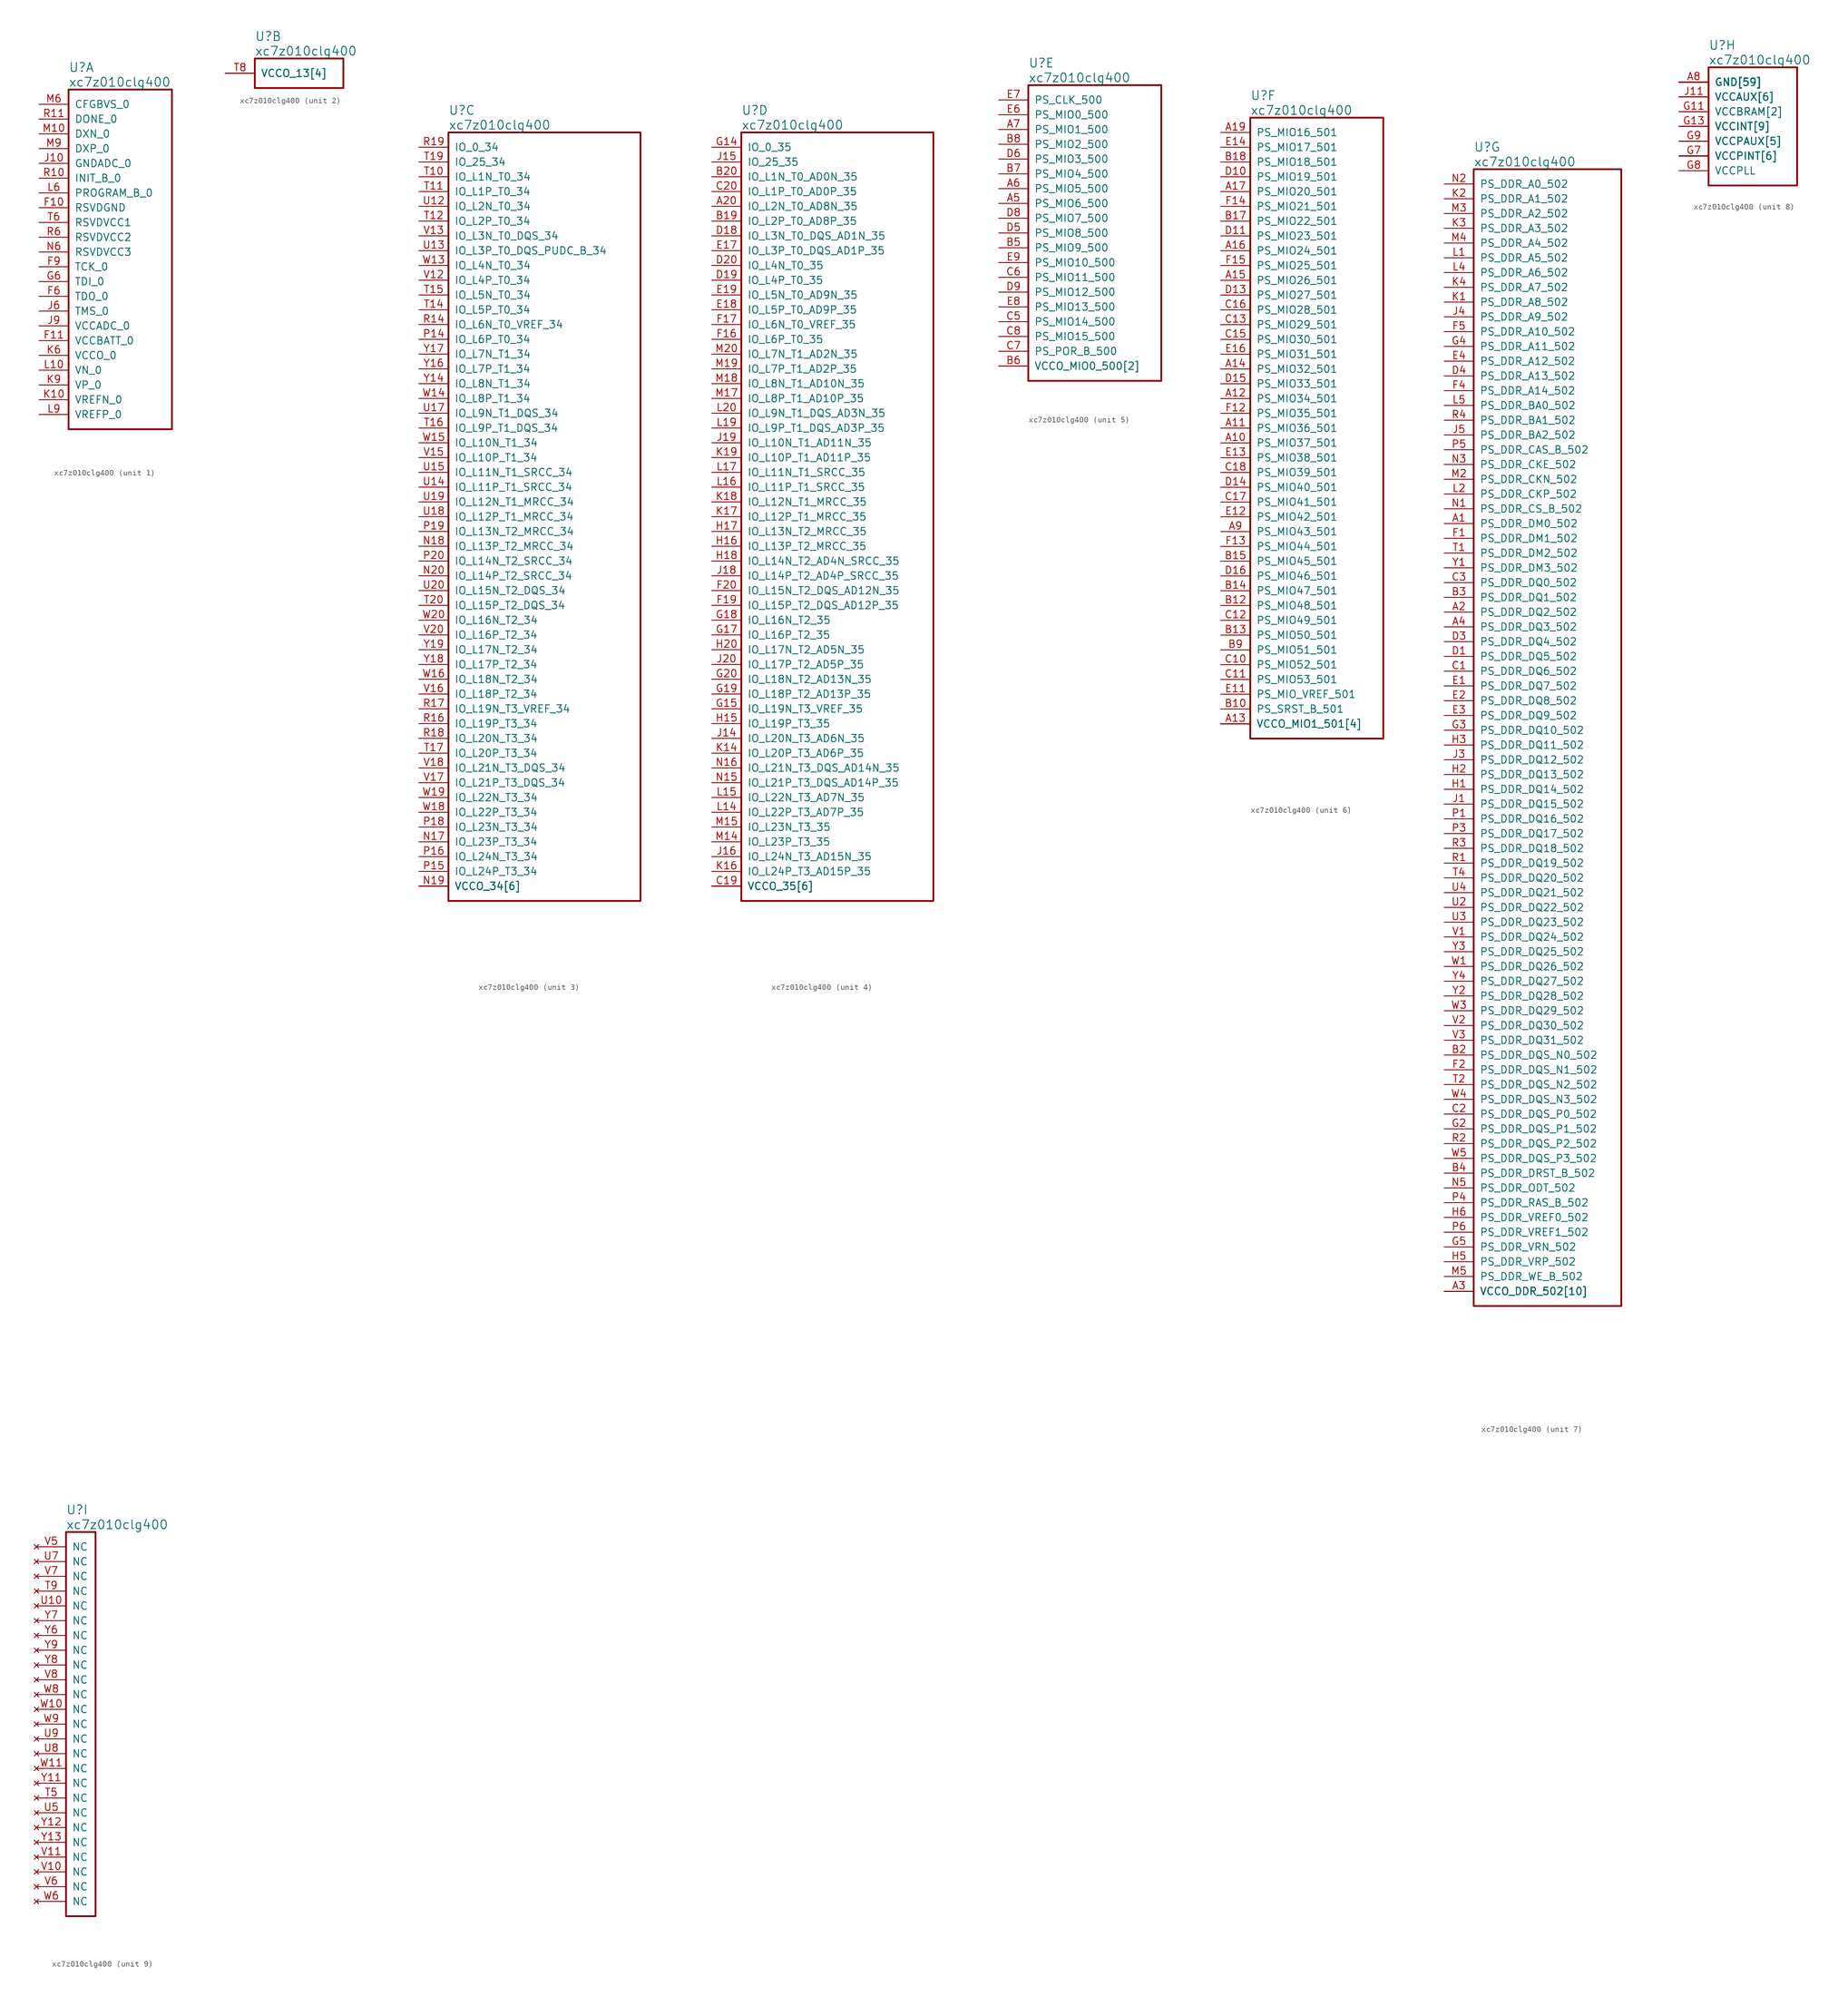
<source format=kicad_sym>
(kicad_symbol_lib
  (version 20220102)
  (generator kicad_symbol_editor)
  (symbol "xc7z010clg400"
    (pin_names
      (offset 1.016))
    (property "Reference" "U"
      (at 5.08 6.35 0)
      (effects (font (size 1.524 1.524)) (justify left)))
    (property "Value" "xc7z010clg400"
      (at 5.08 3.81 0)
      (effects (font (size 1.524 1.524)) (justify left)))
    (property "ki_locked" ""
      (at 0 0 0)
      (effects (font (size 1.27 1.27))))
    (symbol "xc7z010clg400_1_1"
      (rectangle (start 5.08 2.54) (end 22.86 -55.88) (stroke (width 0.305) (type default)) (fill (type none)))
      (pin power_in line (at 0 -17.78 0) (length 5.08) (name "RSVDGND" (effects (font (size 1.27 1.27)))) (number "F10" (effects (font (size 1.27 1.27)))))
      (pin power_in line (at 0 -40.64 0) (length 5.08) (name "VCCBATT_0" (effects (font (size 1.27 1.27)))) (number "F11" (effects (font (size 1.27 1.27)))))
      (pin output line (at 0 -33.02 0) (length 5.08) (name "TDO_0" (effects (font (size 1.27 1.27)))) (number "F6" (effects (font (size 1.27 1.27)))))
      (pin input line (at 0 -27.94 0) (length 5.08) (name "TCK_0" (effects (font (size 1.27 1.27)))) (number "F9" (effects (font (size 1.27 1.27)))))
      (pin input line (at 0 -30.48 0) (length 5.08) (name "TDI_0" (effects (font (size 1.27 1.27)))) (number "G6" (effects (font (size 1.27 1.27)))))
      (pin power_in line (at 0 -10.16 0) (length 5.08) (name "GNDADC_0" (effects (font (size 1.27 1.27)))) (number "J10" (effects (font (size 1.27 1.27)))))
      (pin input line (at 0 -35.56 0) (length 5.08) (name "TMS_0" (effects (font (size 1.27 1.27)))) (number "J6" (effects (font (size 1.27 1.27)))))
      (pin power_in line (at 0 -38.1 0) (length 5.08) (name "VCCADC_0" (effects (font (size 1.27 1.27)))) (number "J9" (effects (font (size 1.27 1.27)))))
      (pin input line (at 0 -50.8 0) (length 5.08) (name "VREFN_0" (effects (font (size 1.27 1.27)))) (number "K10" (effects (font (size 1.27 1.27)))))
      (pin power_in line (at 0 -43.18 0) (length 5.08) (name "VCCO_0" (effects (font (size 1.27 1.27)))) (number "K6" (effects (font (size 1.27 1.27)))))
      (pin input line (at 0 -48.26 0) (length 5.08) (name "VP_0" (effects (font (size 1.27 1.27)))) (number "K9" (effects (font (size 1.27 1.27)))))
      (pin input line (at 0 -45.72 0) (length 5.08) (name "VN_0" (effects (font (size 1.27 1.27)))) (number "L10" (effects (font (size 1.27 1.27)))))
      (pin input line (at 0 -15.24 0) (length 5.08) (name "PROGRAM_B_0" (effects (font (size 1.27 1.27)))) (number "L6" (effects (font (size 1.27 1.27)))))
      (pin input line (at 0 -53.34 0) (length 5.08) (name "VREFP_0" (effects (font (size 1.27 1.27)))) (number "L9" (effects (font (size 1.27 1.27)))))
      (pin passive line (at 0 -5.08 0) (length 5.08) (name "DXN_0" (effects (font (size 1.27 1.27)))) (number "M10" (effects (font (size 1.27 1.27)))))
      (pin input line (at 0 0 0) (length 5.08) (name "CFGBVS_0" (effects (font (size 1.27 1.27)))) (number "M6" (effects (font (size 1.27 1.27)))))
      (pin passive line (at 0 -7.62 0) (length 5.08) (name "DXP_0" (effects (font (size 1.27 1.27)))) (number "M9" (effects (font (size 1.27 1.27)))))
      (pin power_in line (at 0 -25.4 0) (length 5.08) (name "RSVDVCC3" (effects (font (size 1.27 1.27)))) (number "N6" (effects (font (size 1.27 1.27)))))
      (pin input line (at 0 -12.7 0) (length 5.08) (name "INIT_B_0" (effects (font (size 1.27 1.27)))) (number "R10" (effects (font (size 1.27 1.27)))))
      (pin output line (at 0 -2.54 0) (length 5.08) (name "DONE_0" (effects (font (size 1.27 1.27)))) (number "R11" (effects (font (size 1.27 1.27)))))
      (pin power_in line (at 0 -22.86 0) (length 5.08) (name "RSVDVCC2" (effects (font (size 1.27 1.27)))) (number "R6" (effects (font (size 1.27 1.27)))))
      (pin power_in line (at 0 -20.32 0) (length 5.08) (name "RSVDVCC1" (effects (font (size 1.27 1.27)))) (number "T6" (effects (font (size 1.27 1.27))))))
    (symbol "xc7z010clg400_2_1"
      (rectangle (start 5.08 2.54) (end 20.32 -2.54) (stroke (width 0.305) (type default)) (fill (type none)))
      (pin power_in line (at 0 0 0) (length 5.08) (name "VCCO_13[4]" (effects (font (size 1.27 1.27)))) (number "T8" (effects (font (size 1.27 1.27)))))
      (pin power_in line (at 0 0 0) (length 5.08) (name "VCCO_13[4]" (effects (font (size 1.27 1.27)))) (number "U11" (effects (font (size 0 0)))))
      (pin power_in line (at 0 0 0) (length 5.08) (name "VCCO_13[4]" (effects (font (size 1.27 1.27)))) (number "W7" (effects (font (size 0 0)))))
      (pin power_in line (at 0 0 0) (length 5.08) (name "VCCO_13[4]" (effects (font (size 1.27 1.27)))) (number "Y10" (effects (font (size 0 0))))))
    (symbol "xc7z010clg400_3_1"
      (rectangle (start 5.08 2.54) (end 38.1 -129.54) (stroke (width 0.305) (type default)) (fill (type none)))
      (pin bidirectional line (at 0 -119.38 0) (length 5.08) (name "IO_L23P_T3_34" (effects (font (size 1.27 1.27)))) (number "N17" (effects (font (size 1.27 1.27)))))
      (pin bidirectional line (at 0 -68.58 0) (length 5.08) (name "IO_L13P_T2_MRCC_34" (effects (font (size 1.27 1.27)))) (number "N18" (effects (font (size 1.27 1.27)))))
      (pin power_in line (at 0 -127 0) (length 5.08) (name "VCCO_34[6]" (effects (font (size 1.27 1.27)))) (number "N19" (effects (font (size 1.27 1.27)))))
      (pin bidirectional line (at 0 -73.66 0) (length 5.08) (name "IO_L14P_T2_SRCC_34" (effects (font (size 1.27 1.27)))) (number "N20" (effects (font (size 1.27 1.27)))))
      (pin bidirectional line (at 0 -33.02 0) (length 5.08) (name "IO_L6P_T0_34" (effects (font (size 1.27 1.27)))) (number "P14" (effects (font (size 1.27 1.27)))))
      (pin bidirectional line (at 0 -124.46 0) (length 5.08) (name "IO_L24P_T3_34" (effects (font (size 1.27 1.27)))) (number "P15" (effects (font (size 1.27 1.27)))))
      (pin bidirectional line (at 0 -121.92 0) (length 5.08) (name "IO_L24N_T3_34" (effects (font (size 1.27 1.27)))) (number "P16" (effects (font (size 1.27 1.27)))))
      (pin bidirectional line (at 0 -116.84 0) (length 5.08) (name "IO_L23N_T3_34" (effects (font (size 1.27 1.27)))) (number "P18" (effects (font (size 1.27 1.27)))))
      (pin bidirectional line (at 0 -66.04 0) (length 5.08) (name "IO_L13N_T2_MRCC_34" (effects (font (size 1.27 1.27)))) (number "P19" (effects (font (size 1.27 1.27)))))
      (pin bidirectional line (at 0 -71.12 0) (length 5.08) (name "IO_L14N_T2_SRCC_34" (effects (font (size 1.27 1.27)))) (number "P20" (effects (font (size 1.27 1.27)))))
      (pin bidirectional line (at 0 -30.48 0) (length 5.08) (name "IO_L6N_T0_VREF_34" (effects (font (size 1.27 1.27)))) (number "R14" (effects (font (size 1.27 1.27)))))
      (pin power_in line (at 0 -127 0) (length 5.08) (name "VCCO_34[6]" (effects (font (size 1.27 1.27)))) (number "R15" (effects (font (size 0 0)))))
      (pin bidirectional line (at 0 -99.06 0) (length 5.08) (name "IO_L19P_T3_34" (effects (font (size 1.27 1.27)))) (number "R16" (effects (font (size 1.27 1.27)))))
      (pin bidirectional line (at 0 -96.52 0) (length 5.08) (name "IO_L19N_T3_VREF_34" (effects (font (size 1.27 1.27)))) (number "R17" (effects (font (size 1.27 1.27)))))
      (pin bidirectional line (at 0 -101.6 0) (length 5.08) (name "IO_L20N_T3_34" (effects (font (size 1.27 1.27)))) (number "R18" (effects (font (size 1.27 1.27)))))
      (pin bidirectional line (at 0 0 0) (length 5.08) (name "IO_0_34" (effects (font (size 1.27 1.27)))) (number "R19" (effects (font (size 1.27 1.27)))))
      (pin bidirectional line (at 0 -5.08 0) (length 5.08) (name "IO_L1N_T0_34" (effects (font (size 1.27 1.27)))) (number "T10" (effects (font (size 1.27 1.27)))))
      (pin bidirectional line (at 0 -7.62 0) (length 5.08) (name "IO_L1P_T0_34" (effects (font (size 1.27 1.27)))) (number "T11" (effects (font (size 1.27 1.27)))))
      (pin bidirectional line (at 0 -12.7 0) (length 5.08) (name "IO_L2P_T0_34" (effects (font (size 1.27 1.27)))) (number "T12" (effects (font (size 1.27 1.27)))))
      (pin bidirectional line (at 0 -27.94 0) (length 5.08) (name "IO_L5P_T0_34" (effects (font (size 1.27 1.27)))) (number "T14" (effects (font (size 1.27 1.27)))))
      (pin bidirectional line (at 0 -25.4 0) (length 5.08) (name "IO_L5N_T0_34" (effects (font (size 1.27 1.27)))) (number "T15" (effects (font (size 1.27 1.27)))))
      (pin bidirectional line (at 0 -48.26 0) (length 5.08) (name "IO_L9P_T1_DQS_34" (effects (font (size 1.27 1.27)))) (number "T16" (effects (font (size 1.27 1.27)))))
      (pin bidirectional line (at 0 -104.14 0) (length 5.08) (name "IO_L20P_T3_34" (effects (font (size 1.27 1.27)))) (number "T17" (effects (font (size 1.27 1.27)))))
      (pin power_in line (at 0 -127 0) (length 5.08) (name "VCCO_34[6]" (effects (font (size 1.27 1.27)))) (number "T18" (effects (font (size 0 0)))))
      (pin bidirectional line (at 0 -2.54 0) (length 5.08) (name "IO_25_34" (effects (font (size 1.27 1.27)))) (number "T19" (effects (font (size 1.27 1.27)))))
      (pin bidirectional line (at 0 -78.74 0) (length 5.08) (name "IO_L15P_T2_DQS_34" (effects (font (size 1.27 1.27)))) (number "T20" (effects (font (size 1.27 1.27)))))
      (pin bidirectional line (at 0 -10.16 0) (length 5.08) (name "IO_L2N_T0_34" (effects (font (size 1.27 1.27)))) (number "U12" (effects (font (size 1.27 1.27)))))
      (pin bidirectional line (at 0 -17.78 0) (length 5.08) (name "IO_L3P_T0_DQS_PUDC_B_34" (effects (font (size 1.27 1.27)))) (number "U13" (effects (font (size 1.27 1.27)))))
      (pin bidirectional line (at 0 -58.42 0) (length 5.08) (name "IO_L11P_T1_SRCC_34" (effects (font (size 1.27 1.27)))) (number "U14" (effects (font (size 1.27 1.27)))))
      (pin bidirectional line (at 0 -55.88 0) (length 5.08) (name "IO_L11N_T1_SRCC_34" (effects (font (size 1.27 1.27)))) (number "U15" (effects (font (size 1.27 1.27)))))
      (pin bidirectional line (at 0 -45.72 0) (length 5.08) (name "IO_L9N_T1_DQS_34" (effects (font (size 1.27 1.27)))) (number "U17" (effects (font (size 1.27 1.27)))))
      (pin bidirectional line (at 0 -63.5 0) (length 5.08) (name "IO_L12P_T1_MRCC_34" (effects (font (size 1.27 1.27)))) (number "U18" (effects (font (size 1.27 1.27)))))
      (pin bidirectional line (at 0 -60.96 0) (length 5.08) (name "IO_L12N_T1_MRCC_34" (effects (font (size 1.27 1.27)))) (number "U19" (effects (font (size 1.27 1.27)))))
      (pin bidirectional line (at 0 -76.2 0) (length 5.08) (name "IO_L15N_T2_DQS_34" (effects (font (size 1.27 1.27)))) (number "U20" (effects (font (size 1.27 1.27)))))
      (pin bidirectional line (at 0 -22.86 0) (length 5.08) (name "IO_L4P_T0_34" (effects (font (size 1.27 1.27)))) (number "V12" (effects (font (size 1.27 1.27)))))
      (pin bidirectional line (at 0 -15.24 0) (length 5.08) (name "IO_L3N_T0_DQS_34" (effects (font (size 1.27 1.27)))) (number "V13" (effects (font (size 1.27 1.27)))))
      (pin power_in line (at 0 -127 0) (length 5.08) (name "VCCO_34[6]" (effects (font (size 1.27 1.27)))) (number "V14" (effects (font (size 0 0)))))
      (pin bidirectional line (at 0 -53.34 0) (length 5.08) (name "IO_L10P_T1_34" (effects (font (size 1.27 1.27)))) (number "V15" (effects (font (size 1.27 1.27)))))
      (pin bidirectional line (at 0 -93.98 0) (length 5.08) (name "IO_L18P_T2_34" (effects (font (size 1.27 1.27)))) (number "V16" (effects (font (size 1.27 1.27)))))
      (pin bidirectional line (at 0 -109.22 0) (length 5.08) (name "IO_L21P_T3_DQS_34" (effects (font (size 1.27 1.27)))) (number "V17" (effects (font (size 1.27 1.27)))))
      (pin bidirectional line (at 0 -106.68 0) (length 5.08) (name "IO_L21N_T3_DQS_34" (effects (font (size 1.27 1.27)))) (number "V18" (effects (font (size 1.27 1.27)))))
      (pin bidirectional line (at 0 -83.82 0) (length 5.08) (name "IO_L16P_T2_34" (effects (font (size 1.27 1.27)))) (number "V20" (effects (font (size 1.27 1.27)))))
      (pin bidirectional line (at 0 -20.32 0) (length 5.08) (name "IO_L4N_T0_34" (effects (font (size 1.27 1.27)))) (number "W13" (effects (font (size 1.27 1.27)))))
      (pin bidirectional line (at 0 -43.18 0) (length 5.08) (name "IO_L8P_T1_34" (effects (font (size 1.27 1.27)))) (number "W14" (effects (font (size 1.27 1.27)))))
      (pin bidirectional line (at 0 -50.8 0) (length 5.08) (name "IO_L10N_T1_34" (effects (font (size 1.27 1.27)))) (number "W15" (effects (font (size 1.27 1.27)))))
      (pin bidirectional line (at 0 -91.44 0) (length 5.08) (name "IO_L18N_T2_34" (effects (font (size 1.27 1.27)))) (number "W16" (effects (font (size 1.27 1.27)))))
      (pin power_in line (at 0 -127 0) (length 5.08) (name "VCCO_34[6]" (effects (font (size 1.27 1.27)))) (number "W17" (effects (font (size 0 0)))))
      (pin bidirectional line (at 0 -114.3 0) (length 5.08) (name "IO_L22P_T3_34" (effects (font (size 1.27 1.27)))) (number "W18" (effects (font (size 1.27 1.27)))))
      (pin bidirectional line (at 0 -111.76 0) (length 5.08) (name "IO_L22N_T3_34" (effects (font (size 1.27 1.27)))) (number "W19" (effects (font (size 1.27 1.27)))))
      (pin bidirectional line (at 0 -81.28 0) (length 5.08) (name "IO_L16N_T2_34" (effects (font (size 1.27 1.27)))) (number "W20" (effects (font (size 1.27 1.27)))))
      (pin bidirectional line (at 0 -40.64 0) (length 5.08) (name "IO_L8N_T1_34" (effects (font (size 1.27 1.27)))) (number "Y14" (effects (font (size 1.27 1.27)))))
      (pin bidirectional line (at 0 -38.1 0) (length 5.08) (name "IO_L7P_T1_34" (effects (font (size 1.27 1.27)))) (number "Y16" (effects (font (size 1.27 1.27)))))
      (pin bidirectional line (at 0 -35.56 0) (length 5.08) (name "IO_L7N_T1_34" (effects (font (size 1.27 1.27)))) (number "Y17" (effects (font (size 1.27 1.27)))))
      (pin bidirectional line (at 0 -88.9 0) (length 5.08) (name "IO_L17P_T2_34" (effects (font (size 1.27 1.27)))) (number "Y18" (effects (font (size 1.27 1.27)))))
      (pin bidirectional line (at 0 -86.36 0) (length 5.08) (name "IO_L17N_T2_34" (effects (font (size 1.27 1.27)))) (number "Y19" (effects (font (size 1.27 1.27)))))
      (pin power_in line (at 0 -127 0) (length 5.08) (name "VCCO_34[6]" (effects (font (size 1.27 1.27)))) (number "Y20" (effects (font (size 0 0))))))
    (symbol "xc7z010clg400_4_1"
      (rectangle (start 5.08 2.54) (end 38.1 -129.54) (stroke (width 0.305) (type default)) (fill (type none)))
      (pin bidirectional line (at 0 -10.16 0) (length 5.08) (name "IO_L2N_T0_AD8N_35" (effects (font (size 1.27 1.27)))) (number "A20" (effects (font (size 1.27 1.27)))))
      (pin bidirectional line (at 0 -12.7 0) (length 5.08) (name "IO_L2P_T0_AD8P_35" (effects (font (size 1.27 1.27)))) (number "B19" (effects (font (size 1.27 1.27)))))
      (pin bidirectional line (at 0 -5.08 0) (length 5.08) (name "IO_L1N_T0_AD0N_35" (effects (font (size 1.27 1.27)))) (number "B20" (effects (font (size 1.27 1.27)))))
      (pin power_in line (at 0 -127 0) (length 5.08) (name "VCCO_35[6]" (effects (font (size 1.27 1.27)))) (number "C19" (effects (font (size 1.27 1.27)))))
      (pin bidirectional line (at 0 -7.62 0) (length 5.08) (name "IO_L1P_T0_AD0P_35" (effects (font (size 1.27 1.27)))) (number "C20" (effects (font (size 1.27 1.27)))))
      (pin bidirectional line (at 0 -15.24 0) (length 5.08) (name "IO_L3N_T0_DQS_AD1N_35" (effects (font (size 1.27 1.27)))) (number "D18" (effects (font (size 1.27 1.27)))))
      (pin bidirectional line (at 0 -22.86 0) (length 5.08) (name "IO_L4P_T0_35" (effects (font (size 1.27 1.27)))) (number "D19" (effects (font (size 1.27 1.27)))))
      (pin bidirectional line (at 0 -20.32 0) (length 5.08) (name "IO_L4N_T0_35" (effects (font (size 1.27 1.27)))) (number "D20" (effects (font (size 1.27 1.27)))))
      (pin bidirectional line (at 0 -17.78 0) (length 5.08) (name "IO_L3P_T0_DQS_AD1P_35" (effects (font (size 1.27 1.27)))) (number "E17" (effects (font (size 1.27 1.27)))))
      (pin bidirectional line (at 0 -27.94 0) (length 5.08) (name "IO_L5P_T0_AD9P_35" (effects (font (size 1.27 1.27)))) (number "E18" (effects (font (size 1.27 1.27)))))
      (pin bidirectional line (at 0 -25.4 0) (length 5.08) (name "IO_L5N_T0_AD9N_35" (effects (font (size 1.27 1.27)))) (number "E19" (effects (font (size 1.27 1.27)))))
      (pin bidirectional line (at 0 -33.02 0) (length 5.08) (name "IO_L6P_T0_35" (effects (font (size 1.27 1.27)))) (number "F16" (effects (font (size 1.27 1.27)))))
      (pin bidirectional line (at 0 -30.48 0) (length 5.08) (name "IO_L6N_T0_VREF_35" (effects (font (size 1.27 1.27)))) (number "F17" (effects (font (size 1.27 1.27)))))
      (pin power_in line (at 0 -127 0) (length 5.08) (name "VCCO_35[6]" (effects (font (size 1.27 1.27)))) (number "F18" (effects (font (size 0 0)))))
      (pin bidirectional line (at 0 -78.74 0) (length 5.08) (name "IO_L15P_T2_DQS_AD12P_35" (effects (font (size 1.27 1.27)))) (number "F19" (effects (font (size 1.27 1.27)))))
      (pin bidirectional line (at 0 -76.2 0) (length 5.08) (name "IO_L15N_T2_DQS_AD12N_35" (effects (font (size 1.27 1.27)))) (number "F20" (effects (font (size 1.27 1.27)))))
      (pin bidirectional line (at 0 0 0) (length 5.08) (name "IO_0_35" (effects (font (size 1.27 1.27)))) (number "G14" (effects (font (size 1.27 1.27)))))
      (pin bidirectional line (at 0 -96.52 0) (length 5.08) (name "IO_L19N_T3_VREF_35" (effects (font (size 1.27 1.27)))) (number "G15" (effects (font (size 1.27 1.27)))))
      (pin bidirectional line (at 0 -83.82 0) (length 5.08) (name "IO_L16P_T2_35" (effects (font (size 1.27 1.27)))) (number "G17" (effects (font (size 1.27 1.27)))))
      (pin bidirectional line (at 0 -81.28 0) (length 5.08) (name "IO_L16N_T2_35" (effects (font (size 1.27 1.27)))) (number "G18" (effects (font (size 1.27 1.27)))))
      (pin bidirectional line (at 0 -93.98 0) (length 5.08) (name "IO_L18P_T2_AD13P_35" (effects (font (size 1.27 1.27)))) (number "G19" (effects (font (size 1.27 1.27)))))
      (pin bidirectional line (at 0 -91.44 0) (length 5.08) (name "IO_L18N_T2_AD13N_35" (effects (font (size 1.27 1.27)))) (number "G20" (effects (font (size 1.27 1.27)))))
      (pin power_in line (at 0 -127 0) (length 5.08) (name "VCCO_35[6]" (effects (font (size 1.27 1.27)))) (number "H14" (effects (font (size 0 0)))))
      (pin bidirectional line (at 0 -99.06 0) (length 5.08) (name "IO_L19P_T3_35" (effects (font (size 1.27 1.27)))) (number "H15" (effects (font (size 1.27 1.27)))))
      (pin bidirectional line (at 0 -68.58 0) (length 5.08) (name "IO_L13P_T2_MRCC_35" (effects (font (size 1.27 1.27)))) (number "H16" (effects (font (size 1.27 1.27)))))
      (pin bidirectional line (at 0 -66.04 0) (length 5.08) (name "IO_L13N_T2_MRCC_35" (effects (font (size 1.27 1.27)))) (number "H17" (effects (font (size 1.27 1.27)))))
      (pin bidirectional line (at 0 -71.12 0) (length 5.08) (name "IO_L14N_T2_AD4N_SRCC_35" (effects (font (size 1.27 1.27)))) (number "H18" (effects (font (size 1.27 1.27)))))
      (pin bidirectional line (at 0 -86.36 0) (length 5.08) (name "IO_L17N_T2_AD5N_35" (effects (font (size 1.27 1.27)))) (number "H20" (effects (font (size 1.27 1.27)))))
      (pin bidirectional line (at 0 -101.6 0) (length 5.08) (name "IO_L20N_T3_AD6N_35" (effects (font (size 1.27 1.27)))) (number "J14" (effects (font (size 1.27 1.27)))))
      (pin bidirectional line (at 0 -2.54 0) (length 5.08) (name "IO_25_35" (effects (font (size 1.27 1.27)))) (number "J15" (effects (font (size 1.27 1.27)))))
      (pin bidirectional line (at 0 -121.92 0) (length 5.08) (name "IO_L24N_T3_AD15N_35" (effects (font (size 1.27 1.27)))) (number "J16" (effects (font (size 1.27 1.27)))))
      (pin power_in line (at 0 -127 0) (length 5.08) (name "VCCO_35[6]" (effects (font (size 1.27 1.27)))) (number "J17" (effects (font (size 0 0)))))
      (pin bidirectional line (at 0 -73.66 0) (length 5.08) (name "IO_L14P_T2_AD4P_SRCC_35" (effects (font (size 1.27 1.27)))) (number "J18" (effects (font (size 1.27 1.27)))))
      (pin bidirectional line (at 0 -50.8 0) (length 5.08) (name "IO_L10N_T1_AD11N_35" (effects (font (size 1.27 1.27)))) (number "J19" (effects (font (size 1.27 1.27)))))
      (pin bidirectional line (at 0 -88.9 0) (length 5.08) (name "IO_L17P_T2_AD5P_35" (effects (font (size 1.27 1.27)))) (number "J20" (effects (font (size 1.27 1.27)))))
      (pin bidirectional line (at 0 -104.14 0) (length 5.08) (name "IO_L20P_T3_AD6P_35" (effects (font (size 1.27 1.27)))) (number "K14" (effects (font (size 1.27 1.27)))))
      (pin bidirectional line (at 0 -124.46 0) (length 5.08) (name "IO_L24P_T3_AD15P_35" (effects (font (size 1.27 1.27)))) (number "K16" (effects (font (size 1.27 1.27)))))
      (pin bidirectional line (at 0 -63.5 0) (length 5.08) (name "IO_L12P_T1_MRCC_35" (effects (font (size 1.27 1.27)))) (number "K17" (effects (font (size 1.27 1.27)))))
      (pin bidirectional line (at 0 -60.96 0) (length 5.08) (name "IO_L12N_T1_MRCC_35" (effects (font (size 1.27 1.27)))) (number "K18" (effects (font (size 1.27 1.27)))))
      (pin bidirectional line (at 0 -53.34 0) (length 5.08) (name "IO_L10P_T1_AD11P_35" (effects (font (size 1.27 1.27)))) (number "K19" (effects (font (size 1.27 1.27)))))
      (pin power_in line (at 0 -127 0) (length 5.08) (name "VCCO_35[6]" (effects (font (size 1.27 1.27)))) (number "K20" (effects (font (size 0 0)))))
      (pin bidirectional line (at 0 -114.3 0) (length 5.08) (name "IO_L22P_T3_AD7P_35" (effects (font (size 1.27 1.27)))) (number "L14" (effects (font (size 1.27 1.27)))))
      (pin bidirectional line (at 0 -111.76 0) (length 5.08) (name "IO_L22N_T3_AD7N_35" (effects (font (size 1.27 1.27)))) (number "L15" (effects (font (size 1.27 1.27)))))
      (pin bidirectional line (at 0 -58.42 0) (length 5.08) (name "IO_L11P_T1_SRCC_35" (effects (font (size 1.27 1.27)))) (number "L16" (effects (font (size 1.27 1.27)))))
      (pin bidirectional line (at 0 -55.88 0) (length 5.08) (name "IO_L11N_T1_SRCC_35" (effects (font (size 1.27 1.27)))) (number "L17" (effects (font (size 1.27 1.27)))))
      (pin bidirectional line (at 0 -48.26 0) (length 5.08) (name "IO_L9P_T1_DQS_AD3P_35" (effects (font (size 1.27 1.27)))) (number "L19" (effects (font (size 1.27 1.27)))))
      (pin bidirectional line (at 0 -45.72 0) (length 5.08) (name "IO_L9N_T1_DQS_AD3N_35" (effects (font (size 1.27 1.27)))) (number "L20" (effects (font (size 1.27 1.27)))))
      (pin bidirectional line (at 0 -119.38 0) (length 5.08) (name "IO_L23P_T3_35" (effects (font (size 1.27 1.27)))) (number "M14" (effects (font (size 1.27 1.27)))))
      (pin bidirectional line (at 0 -116.84 0) (length 5.08) (name "IO_L23N_T3_35" (effects (font (size 1.27 1.27)))) (number "M15" (effects (font (size 1.27 1.27)))))
      (pin power_in line (at 0 -127 0) (length 5.08) (name "VCCO_35[6]" (effects (font (size 1.27 1.27)))) (number "M16" (effects (font (size 0 0)))))
      (pin bidirectional line (at 0 -43.18 0) (length 5.08) (name "IO_L8P_T1_AD10P_35" (effects (font (size 1.27 1.27)))) (number "M17" (effects (font (size 1.27 1.27)))))
      (pin bidirectional line (at 0 -40.64 0) (length 5.08) (name "IO_L8N_T1_AD10N_35" (effects (font (size 1.27 1.27)))) (number "M18" (effects (font (size 1.27 1.27)))))
      (pin bidirectional line (at 0 -38.1 0) (length 5.08) (name "IO_L7P_T1_AD2P_35" (effects (font (size 1.27 1.27)))) (number "M19" (effects (font (size 1.27 1.27)))))
      (pin bidirectional line (at 0 -35.56 0) (length 5.08) (name "IO_L7N_T1_AD2N_35" (effects (font (size 1.27 1.27)))) (number "M20" (effects (font (size 1.27 1.27)))))
      (pin bidirectional line (at 0 -109.22 0) (length 5.08) (name "IO_L21P_T3_DQS_AD14P_35" (effects (font (size 1.27 1.27)))) (number "N15" (effects (font (size 1.27 1.27)))))
      (pin bidirectional line (at 0 -106.68 0) (length 5.08) (name "IO_L21N_T3_DQS_AD14N_35" (effects (font (size 1.27 1.27)))) (number "N16" (effects (font (size 1.27 1.27))))))
    (symbol "xc7z010clg400_5_1"
      (rectangle (start 5.08 2.54) (end 27.94 -48.26) (stroke (width 0.305) (type default)) (fill (type none)))
      (pin bidirectional line (at 0 -17.78 0) (length 5.08) (name "PS_MIO6_500" (effects (font (size 1.27 1.27)))) (number "A5" (effects (font (size 1.27 1.27)))))
      (pin bidirectional line (at 0 -15.24 0) (length 5.08) (name "PS_MIO5_500" (effects (font (size 1.27 1.27)))) (number "A6" (effects (font (size 1.27 1.27)))))
      (pin bidirectional line (at 0 -5.08 0) (length 5.08) (name "PS_MIO1_500" (effects (font (size 1.27 1.27)))) (number "A7" (effects (font (size 1.27 1.27)))))
      (pin bidirectional line (at 0 -25.4 0) (length 5.08) (name "PS_MIO9_500" (effects (font (size 1.27 1.27)))) (number "B5" (effects (font (size 1.27 1.27)))))
      (pin power_in line (at 0 -45.72 0) (length 5.08) (name "VCCO_MIO0_500[2]" (effects (font (size 1.27 1.27)))) (number "B6" (effects (font (size 1.27 1.27)))))
      (pin bidirectional line (at 0 -12.7 0) (length 5.08) (name "PS_MIO4_500" (effects (font (size 1.27 1.27)))) (number "B7" (effects (font (size 1.27 1.27)))))
      (pin bidirectional line (at 0 -7.62 0) (length 5.08) (name "PS_MIO2_500" (effects (font (size 1.27 1.27)))) (number "B8" (effects (font (size 1.27 1.27)))))
      (pin bidirectional line (at 0 -38.1 0) (length 5.08) (name "PS_MIO14_500" (effects (font (size 1.27 1.27)))) (number "C5" (effects (font (size 1.27 1.27)))))
      (pin bidirectional line (at 0 -30.48 0) (length 5.08) (name "PS_MIO11_500" (effects (font (size 1.27 1.27)))) (number "C6" (effects (font (size 1.27 1.27)))))
      (pin input line (at 0 -43.18 0) (length 5.08) (name "PS_POR_B_500" (effects (font (size 1.27 1.27)))) (number "C7" (effects (font (size 1.27 1.27)))))
      (pin bidirectional line (at 0 -40.64 0) (length 5.08) (name "PS_MIO15_500" (effects (font (size 1.27 1.27)))) (number "C8" (effects (font (size 1.27 1.27)))))
      (pin bidirectional line (at 0 -22.86 0) (length 5.08) (name "PS_MIO8_500" (effects (font (size 1.27 1.27)))) (number "D5" (effects (font (size 1.27 1.27)))))
      (pin bidirectional line (at 0 -10.16 0) (length 5.08) (name "PS_MIO3_500" (effects (font (size 1.27 1.27)))) (number "D6" (effects (font (size 1.27 1.27)))))
      (pin power_in line (at 0 -45.72 0) (length 5.08) (name "VCCO_MIO0_500[2]" (effects (font (size 1.27 1.27)))) (number "D7" (effects (font (size 0 0)))))
      (pin bidirectional line (at 0 -20.32 0) (length 5.08) (name "PS_MIO7_500" (effects (font (size 1.27 1.27)))) (number "D8" (effects (font (size 1.27 1.27)))))
      (pin bidirectional line (at 0 -33.02 0) (length 5.08) (name "PS_MIO12_500" (effects (font (size 1.27 1.27)))) (number "D9" (effects (font (size 1.27 1.27)))))
      (pin bidirectional line (at 0 -2.54 0) (length 5.08) (name "PS_MIO0_500" (effects (font (size 1.27 1.27)))) (number "E6" (effects (font (size 1.27 1.27)))))
      (pin input line (at 0 0 0) (length 5.08) (name "PS_CLK_500" (effects (font (size 1.27 1.27)))) (number "E7" (effects (font (size 1.27 1.27)))))
      (pin bidirectional line (at 0 -35.56 0) (length 5.08) (name "PS_MIO13_500" (effects (font (size 1.27 1.27)))) (number "E8" (effects (font (size 1.27 1.27)))))
      (pin bidirectional line (at 0 -27.94 0) (length 5.08) (name "PS_MIO10_500" (effects (font (size 1.27 1.27)))) (number "E9" (effects (font (size 1.27 1.27))))))
    (symbol "xc7z010clg400_6_1"
      (rectangle (start 5.08 2.54) (end 27.94 -104.14) (stroke (width 0.305) (type default)) (fill (type none)))
      (pin bidirectional line (at 0 -53.34 0) (length 5.08) (name "PS_MIO37_501" (effects (font (size 1.27 1.27)))) (number "A10" (effects (font (size 1.27 1.27)))))
      (pin bidirectional line (at 0 -50.8 0) (length 5.08) (name "PS_MIO36_501" (effects (font (size 1.27 1.27)))) (number "A11" (effects (font (size 1.27 1.27)))))
      (pin bidirectional line (at 0 -45.72 0) (length 5.08) (name "PS_MIO34_501" (effects (font (size 1.27 1.27)))) (number "A12" (effects (font (size 1.27 1.27)))))
      (pin power_in line (at 0 -101.6 0) (length 5.08) (name "VCCO_MIO1_501[4]" (effects (font (size 1.27 1.27)))) (number "A13" (effects (font (size 1.27 1.27)))))
      (pin bidirectional line (at 0 -40.64 0) (length 5.08) (name "PS_MIO32_501" (effects (font (size 1.27 1.27)))) (number "A14" (effects (font (size 1.27 1.27)))))
      (pin bidirectional line (at 0 -25.4 0) (length 5.08) (name "PS_MIO26_501" (effects (font (size 1.27 1.27)))) (number "A15" (effects (font (size 1.27 1.27)))))
      (pin bidirectional line (at 0 -20.32 0) (length 5.08) (name "PS_MIO24_501" (effects (font (size 1.27 1.27)))) (number "A16" (effects (font (size 1.27 1.27)))))
      (pin bidirectional line (at 0 -10.16 0) (length 5.08) (name "PS_MIO20_501" (effects (font (size 1.27 1.27)))) (number "A17" (effects (font (size 1.27 1.27)))))
      (pin bidirectional line (at 0 0 0) (length 5.08) (name "PS_MIO16_501" (effects (font (size 1.27 1.27)))) (number "A19" (effects (font (size 1.27 1.27)))))
      (pin bidirectional line (at 0 -68.58 0) (length 5.08) (name "PS_MIO43_501" (effects (font (size 1.27 1.27)))) (number "A9" (effects (font (size 1.27 1.27)))))
      (pin input line (at 0 -99.06 0) (length 5.08) (name "PS_SRST_B_501" (effects (font (size 1.27 1.27)))) (number "B10" (effects (font (size 1.27 1.27)))))
      (pin bidirectional line (at 0 -81.28 0) (length 5.08) (name "PS_MIO48_501" (effects (font (size 1.27 1.27)))) (number "B12" (effects (font (size 1.27 1.27)))))
      (pin bidirectional line (at 0 -86.36 0) (length 5.08) (name "PS_MIO50_501" (effects (font (size 1.27 1.27)))) (number "B13" (effects (font (size 1.27 1.27)))))
      (pin bidirectional line (at 0 -78.74 0) (length 5.08) (name "PS_MIO47_501" (effects (font (size 1.27 1.27)))) (number "B14" (effects (font (size 1.27 1.27)))))
      (pin bidirectional line (at 0 -73.66 0) (length 5.08) (name "PS_MIO45_501" (effects (font (size 1.27 1.27)))) (number "B15" (effects (font (size 1.27 1.27)))))
      (pin power_in line (at 0 -101.6 0) (length 5.08) (name "VCCO_MIO1_501[4]" (effects (font (size 1.27 1.27)))) (number "B16" (effects (font (size 0 0)))))
      (pin bidirectional line (at 0 -15.24 0) (length 5.08) (name "PS_MIO22_501" (effects (font (size 1.27 1.27)))) (number "B17" (effects (font (size 1.27 1.27)))))
      (pin bidirectional line (at 0 -5.08 0) (length 5.08) (name "PS_MIO18_501" (effects (font (size 1.27 1.27)))) (number "B18" (effects (font (size 1.27 1.27)))))
      (pin bidirectional line (at 0 -88.9 0) (length 5.08) (name "PS_MIO51_501" (effects (font (size 1.27 1.27)))) (number "B9" (effects (font (size 1.27 1.27)))))
      (pin bidirectional line (at 0 -91.44 0) (length 5.08) (name "PS_MIO52_501" (effects (font (size 1.27 1.27)))) (number "C10" (effects (font (size 1.27 1.27)))))
      (pin bidirectional line (at 0 -93.98 0) (length 5.08) (name "PS_MIO53_501" (effects (font (size 1.27 1.27)))) (number "C11" (effects (font (size 1.27 1.27)))))
      (pin bidirectional line (at 0 -83.82 0) (length 5.08) (name "PS_MIO49_501" (effects (font (size 1.27 1.27)))) (number "C12" (effects (font (size 1.27 1.27)))))
      (pin bidirectional line (at 0 -33.02 0) (length 5.08) (name "PS_MIO29_501" (effects (font (size 1.27 1.27)))) (number "C13" (effects (font (size 1.27 1.27)))))
      (pin bidirectional line (at 0 -35.56 0) (length 5.08) (name "PS_MIO30_501" (effects (font (size 1.27 1.27)))) (number "C15" (effects (font (size 1.27 1.27)))))
      (pin bidirectional line (at 0 -30.48 0) (length 5.08) (name "PS_MIO28_501" (effects (font (size 1.27 1.27)))) (number "C16" (effects (font (size 1.27 1.27)))))
      (pin bidirectional line (at 0 -63.5 0) (length 5.08) (name "PS_MIO41_501" (effects (font (size 1.27 1.27)))) (number "C17" (effects (font (size 1.27 1.27)))))
      (pin bidirectional line (at 0 -58.42 0) (length 5.08) (name "PS_MIO39_501" (effects (font (size 1.27 1.27)))) (number "C18" (effects (font (size 1.27 1.27)))))
      (pin bidirectional line (at 0 -7.62 0) (length 5.08) (name "PS_MIO19_501" (effects (font (size 1.27 1.27)))) (number "D10" (effects (font (size 1.27 1.27)))))
      (pin bidirectional line (at 0 -17.78 0) (length 5.08) (name "PS_MIO23_501" (effects (font (size 1.27 1.27)))) (number "D11" (effects (font (size 1.27 1.27)))))
      (pin power_in line (at 0 -101.6 0) (length 5.08) (name "VCCO_MIO1_501[4]" (effects (font (size 1.27 1.27)))) (number "D12" (effects (font (size 0 0)))))
      (pin bidirectional line (at 0 -27.94 0) (length 5.08) (name "PS_MIO27_501" (effects (font (size 1.27 1.27)))) (number "D13" (effects (font (size 1.27 1.27)))))
      (pin bidirectional line (at 0 -60.96 0) (length 5.08) (name "PS_MIO40_501" (effects (font (size 1.27 1.27)))) (number "D14" (effects (font (size 1.27 1.27)))))
      (pin bidirectional line (at 0 -43.18 0) (length 5.08) (name "PS_MIO33_501" (effects (font (size 1.27 1.27)))) (number "D15" (effects (font (size 1.27 1.27)))))
      (pin bidirectional line (at 0 -76.2 0) (length 5.08) (name "PS_MIO46_501" (effects (font (size 1.27 1.27)))) (number "D16" (effects (font (size 1.27 1.27)))))
      (pin power_in line (at 0 -96.52 0) (length 5.08) (name "PS_MIO_VREF_501" (effects (font (size 1.27 1.27)))) (number "E11" (effects (font (size 1.27 1.27)))))
      (pin bidirectional line (at 0 -66.04 0) (length 5.08) (name "PS_MIO42_501" (effects (font (size 1.27 1.27)))) (number "E12" (effects (font (size 1.27 1.27)))))
      (pin bidirectional line (at 0 -55.88 0) (length 5.08) (name "PS_MIO38_501" (effects (font (size 1.27 1.27)))) (number "E13" (effects (font (size 1.27 1.27)))))
      (pin bidirectional line (at 0 -2.54 0) (length 5.08) (name "PS_MIO17_501" (effects (font (size 1.27 1.27)))) (number "E14" (effects (font (size 1.27 1.27)))))
      (pin power_in line (at 0 -101.6 0) (length 5.08) (name "VCCO_MIO1_501[4]" (effects (font (size 1.27 1.27)))) (number "E15" (effects (font (size 0 0)))))
      (pin bidirectional line (at 0 -38.1 0) (length 5.08) (name "PS_MIO31_501" (effects (font (size 1.27 1.27)))) (number "E16" (effects (font (size 1.27 1.27)))))
      (pin bidirectional line (at 0 -48.26 0) (length 5.08) (name "PS_MIO35_501" (effects (font (size 1.27 1.27)))) (number "F12" (effects (font (size 1.27 1.27)))))
      (pin bidirectional line (at 0 -71.12 0) (length 5.08) (name "PS_MIO44_501" (effects (font (size 1.27 1.27)))) (number "F13" (effects (font (size 1.27 1.27)))))
      (pin bidirectional line (at 0 -12.7 0) (length 5.08) (name "PS_MIO21_501" (effects (font (size 1.27 1.27)))) (number "F14" (effects (font (size 1.27 1.27)))))
      (pin bidirectional line (at 0 -22.86 0) (length 5.08) (name "PS_MIO25_501" (effects (font (size 1.27 1.27)))) (number "F15" (effects (font (size 1.27 1.27))))))
    (symbol "xc7z010clg400_7_1"
      (rectangle (start 5.08 2.54) (end 30.48 -193.04) (stroke (width 0.305) (type default)) (fill (type none)))
      (pin output line (at 0 -58.42 0) (length 5.08) (name "PS_DDR_DM0_502" (effects (font (size 1.27 1.27)))) (number "A1" (effects (font (size 1.27 1.27)))))
      (pin bidirectional line (at 0 -73.66 0) (length 5.08) (name "PS_DDR_DQ2_502" (effects (font (size 1.27 1.27)))) (number "A2" (effects (font (size 1.27 1.27)))))
      (pin power_in line (at 0 -190.5 0) (length 5.08) (name "VCCO_DDR_502[10]" (effects (font (size 1.27 1.27)))) (number "A3" (effects (font (size 1.27 1.27)))))
      (pin bidirectional line (at 0 -76.2 0) (length 5.08) (name "PS_DDR_DQ3_502" (effects (font (size 1.27 1.27)))) (number "A4" (effects (font (size 1.27 1.27)))))
      (pin bidirectional line (at 0 -149.86 0) (length 5.08) (name "PS_DDR_DQS_N0_502" (effects (font (size 1.27 1.27)))) (number "B2" (effects (font (size 1.27 1.27)))))
      (pin bidirectional line (at 0 -71.12 0) (length 5.08) (name "PS_DDR_DQ1_502" (effects (font (size 1.27 1.27)))) (number "B3" (effects (font (size 1.27 1.27)))))
      (pin output line (at 0 -170.18 0) (length 5.08) (name "PS_DDR_DRST_B_502" (effects (font (size 1.27 1.27)))) (number "B4" (effects (font (size 1.27 1.27)))))
      (pin bidirectional line (at 0 -83.82 0) (length 5.08) (name "PS_DDR_DQ6_502" (effects (font (size 1.27 1.27)))) (number "C1" (effects (font (size 1.27 1.27)))))
      (pin bidirectional line (at 0 -160.02 0) (length 5.08) (name "PS_DDR_DQS_P0_502" (effects (font (size 1.27 1.27)))) (number "C2" (effects (font (size 1.27 1.27)))))
      (pin bidirectional line (at 0 -68.58 0) (length 5.08) (name "PS_DDR_DQ0_502" (effects (font (size 1.27 1.27)))) (number "C3" (effects (font (size 1.27 1.27)))))
      (pin bidirectional line (at 0 -81.28 0) (length 5.08) (name "PS_DDR_DQ5_502" (effects (font (size 1.27 1.27)))) (number "D1" (effects (font (size 1.27 1.27)))))
      (pin power_in line (at 0 -190.5 0) (length 5.08) (name "VCCO_DDR_502[10]" (effects (font (size 1.27 1.27)))) (number "D2" (effects (font (size 0 0)))))
      (pin bidirectional line (at 0 -78.74 0) (length 5.08) (name "PS_DDR_DQ4_502" (effects (font (size 1.27 1.27)))) (number "D3" (effects (font (size 1.27 1.27)))))
      (pin output line (at 0 -33.02 0) (length 5.08) (name "PS_DDR_A13_502" (effects (font (size 1.27 1.27)))) (number "D4" (effects (font (size 1.27 1.27)))))
      (pin bidirectional line (at 0 -86.36 0) (length 5.08) (name "PS_DDR_DQ7_502" (effects (font (size 1.27 1.27)))) (number "E1" (effects (font (size 1.27 1.27)))))
      (pin bidirectional line (at 0 -88.9 0) (length 5.08) (name "PS_DDR_DQ8_502" (effects (font (size 1.27 1.27)))) (number "E2" (effects (font (size 1.27 1.27)))))
      (pin bidirectional line (at 0 -91.44 0) (length 5.08) (name "PS_DDR_DQ9_502" (effects (font (size 1.27 1.27)))) (number "E3" (effects (font (size 1.27 1.27)))))
      (pin output line (at 0 -30.48 0) (length 5.08) (name "PS_DDR_A12_502" (effects (font (size 1.27 1.27)))) (number "E4" (effects (font (size 1.27 1.27)))))
      (pin power_in line (at 0 -190.5 0) (length 5.08) (name "VCCO_DDR_502[10]" (effects (font (size 1.27 1.27)))) (number "E5" (effects (font (size 0 0)))))
      (pin output line (at 0 -60.96 0) (length 5.08) (name "PS_DDR_DM1_502" (effects (font (size 1.27 1.27)))) (number "F1" (effects (font (size 1.27 1.27)))))
      (pin bidirectional line (at 0 -152.4 0) (length 5.08) (name "PS_DDR_DQS_N1_502" (effects (font (size 1.27 1.27)))) (number "F2" (effects (font (size 1.27 1.27)))))
      (pin output line (at 0 -35.56 0) (length 5.08) (name "PS_DDR_A14_502" (effects (font (size 1.27 1.27)))) (number "F4" (effects (font (size 1.27 1.27)))))
      (pin output line (at 0 -25.4 0) (length 5.08) (name "PS_DDR_A10_502" (effects (font (size 1.27 1.27)))) (number "F5" (effects (font (size 1.27 1.27)))))
      (pin power_in line (at 0 -190.5 0) (length 5.08) (name "VCCO_DDR_502[10]" (effects (font (size 1.27 1.27)))) (number "G1" (effects (font (size 0 0)))))
      (pin bidirectional line (at 0 -162.56 0) (length 5.08) (name "PS_DDR_DQS_P1_502" (effects (font (size 1.27 1.27)))) (number "G2" (effects (font (size 1.27 1.27)))))
      (pin bidirectional line (at 0 -93.98 0) (length 5.08) (name "PS_DDR_DQ10_502" (effects (font (size 1.27 1.27)))) (number "G3" (effects (font (size 1.27 1.27)))))
      (pin output line (at 0 -27.94 0) (length 5.08) (name "PS_DDR_A11_502" (effects (font (size 1.27 1.27)))) (number "G4" (effects (font (size 1.27 1.27)))))
      (pin power_out line (at 0 -182.88 0) (length 5.08) (name "PS_DDR_VRN_502" (effects (font (size 1.27 1.27)))) (number "G5" (effects (font (size 1.27 1.27)))))
      (pin bidirectional line (at 0 -104.14 0) (length 5.08) (name "PS_DDR_DQ14_502" (effects (font (size 1.27 1.27)))) (number "H1" (effects (font (size 1.27 1.27)))))
      (pin bidirectional line (at 0 -101.6 0) (length 5.08) (name "PS_DDR_DQ13_502" (effects (font (size 1.27 1.27)))) (number "H2" (effects (font (size 1.27 1.27)))))
      (pin bidirectional line (at 0 -96.52 0) (length 5.08) (name "PS_DDR_DQ11_502" (effects (font (size 1.27 1.27)))) (number "H3" (effects (font (size 1.27 1.27)))))
      (pin power_in line (at 0 -190.5 0) (length 5.08) (name "VCCO_DDR_502[10]" (effects (font (size 1.27 1.27)))) (number "H4" (effects (font (size 0 0)))))
      (pin power_out line (at 0 -185.42 0) (length 5.08) (name "PS_DDR_VRP_502" (effects (font (size 1.27 1.27)))) (number "H5" (effects (font (size 1.27 1.27)))))
      (pin power_in line (at 0 -177.8 0) (length 5.08) (name "PS_DDR_VREF0_502" (effects (font (size 1.27 1.27)))) (number "H6" (effects (font (size 1.27 1.27)))))
      (pin bidirectional line (at 0 -106.68 0) (length 5.08) (name "PS_DDR_DQ15_502" (effects (font (size 1.27 1.27)))) (number "J1" (effects (font (size 1.27 1.27)))))
      (pin bidirectional line (at 0 -99.06 0) (length 5.08) (name "PS_DDR_DQ12_502" (effects (font (size 1.27 1.27)))) (number "J3" (effects (font (size 1.27 1.27)))))
      (pin output line (at 0 -22.86 0) (length 5.08) (name "PS_DDR_A9_502" (effects (font (size 1.27 1.27)))) (number "J4" (effects (font (size 1.27 1.27)))))
      (pin output line (at 0 -43.18 0) (length 5.08) (name "PS_DDR_BA2_502" (effects (font (size 1.27 1.27)))) (number "J5" (effects (font (size 1.27 1.27)))))
      (pin output line (at 0 -20.32 0) (length 5.08) (name "PS_DDR_A8_502" (effects (font (size 1.27 1.27)))) (number "K1" (effects (font (size 1.27 1.27)))))
      (pin output line (at 0 -2.54 0) (length 5.08) (name "PS_DDR_A1_502" (effects (font (size 1.27 1.27)))) (number "K2" (effects (font (size 1.27 1.27)))))
      (pin output line (at 0 -7.62 0) (length 5.08) (name "PS_DDR_A3_502" (effects (font (size 1.27 1.27)))) (number "K3" (effects (font (size 1.27 1.27)))))
      (pin output line (at 0 -17.78 0) (length 5.08) (name "PS_DDR_A7_502" (effects (font (size 1.27 1.27)))) (number "K4" (effects (font (size 1.27 1.27)))))
      (pin output line (at 0 -12.7 0) (length 5.08) (name "PS_DDR_A5_502" (effects (font (size 1.27 1.27)))) (number "L1" (effects (font (size 1.27 1.27)))))
      (pin output line (at 0 -53.34 0) (length 5.08) (name "PS_DDR_CKP_502" (effects (font (size 1.27 1.27)))) (number "L2" (effects (font (size 1.27 1.27)))))
      (pin power_in line (at 0 -190.5 0) (length 5.08) (name "VCCO_DDR_502[10]" (effects (font (size 1.27 1.27)))) (number "L3" (effects (font (size 0 0)))))
      (pin output line (at 0 -15.24 0) (length 5.08) (name "PS_DDR_A6_502" (effects (font (size 1.27 1.27)))) (number "L4" (effects (font (size 1.27 1.27)))))
      (pin output line (at 0 -38.1 0) (length 5.08) (name "PS_DDR_BA0_502" (effects (font (size 1.27 1.27)))) (number "L5" (effects (font (size 1.27 1.27)))))
      (pin output line (at 0 -50.8 0) (length 5.08) (name "PS_DDR_CKN_502" (effects (font (size 1.27 1.27)))) (number "M2" (effects (font (size 1.27 1.27)))))
      (pin output line (at 0 -5.08 0) (length 5.08) (name "PS_DDR_A2_502" (effects (font (size 1.27 1.27)))) (number "M3" (effects (font (size 1.27 1.27)))))
      (pin output line (at 0 -10.16 0) (length 5.08) (name "PS_DDR_A4_502" (effects (font (size 1.27 1.27)))) (number "M4" (effects (font (size 1.27 1.27)))))
      (pin output line (at 0 -187.96 0) (length 5.08) (name "PS_DDR_WE_B_502" (effects (font (size 1.27 1.27)))) (number "M5" (effects (font (size 1.27 1.27)))))
      (pin output line (at 0 -55.88 0) (length 5.08) (name "PS_DDR_CS_B_502" (effects (font (size 1.27 1.27)))) (number "N1" (effects (font (size 1.27 1.27)))))
      (pin output line (at 0 0 0) (length 5.08) (name "PS_DDR_A0_502" (effects (font (size 1.27 1.27)))) (number "N2" (effects (font (size 1.27 1.27)))))
      (pin output line (at 0 -48.26 0) (length 5.08) (name "PS_DDR_CKE_502" (effects (font (size 1.27 1.27)))) (number "N3" (effects (font (size 1.27 1.27)))))
      (pin output line (at 0 -172.72 0) (length 5.08) (name "PS_DDR_ODT_502" (effects (font (size 1.27 1.27)))) (number "N5" (effects (font (size 1.27 1.27)))))
      (pin bidirectional line (at 0 -109.22 0) (length 5.08) (name "PS_DDR_DQ16_502" (effects (font (size 1.27 1.27)))) (number "P1" (effects (font (size 1.27 1.27)))))
      (pin power_in line (at 0 -190.5 0) (length 5.08) (name "VCCO_DDR_502[10]" (effects (font (size 1.27 1.27)))) (number "P2" (effects (font (size 0 0)))))
      (pin bidirectional line (at 0 -111.76 0) (length 5.08) (name "PS_DDR_DQ17_502" (effects (font (size 1.27 1.27)))) (number "P3" (effects (font (size 1.27 1.27)))))
      (pin output line (at 0 -175.26 0) (length 5.08) (name "PS_DDR_RAS_B_502" (effects (font (size 1.27 1.27)))) (number "P4" (effects (font (size 1.27 1.27)))))
      (pin output line (at 0 -45.72 0) (length 5.08) (name "PS_DDR_CAS_B_502" (effects (font (size 1.27 1.27)))) (number "P5" (effects (font (size 1.27 1.27)))))
      (pin power_in line (at 0 -180.34 0) (length 5.08) (name "PS_DDR_VREF1_502" (effects (font (size 1.27 1.27)))) (number "P6" (effects (font (size 1.27 1.27)))))
      (pin bidirectional line (at 0 -116.84 0) (length 5.08) (name "PS_DDR_DQ19_502" (effects (font (size 1.27 1.27)))) (number "R1" (effects (font (size 1.27 1.27)))))
      (pin bidirectional line (at 0 -165.1 0) (length 5.08) (name "PS_DDR_DQS_P2_502" (effects (font (size 1.27 1.27)))) (number "R2" (effects (font (size 1.27 1.27)))))
      (pin bidirectional line (at 0 -114.3 0) (length 5.08) (name "PS_DDR_DQ18_502" (effects (font (size 1.27 1.27)))) (number "R3" (effects (font (size 1.27 1.27)))))
      (pin output line (at 0 -40.64 0) (length 5.08) (name "PS_DDR_BA1_502" (effects (font (size 1.27 1.27)))) (number "R4" (effects (font (size 1.27 1.27)))))
      (pin power_in line (at 0 -190.5 0) (length 5.08) (name "VCCO_DDR_502[10]" (effects (font (size 1.27 1.27)))) (number "R5" (effects (font (size 0 0)))))
      (pin output line (at 0 -63.5 0) (length 5.08) (name "PS_DDR_DM2_502" (effects (font (size 1.27 1.27)))) (number "T1" (effects (font (size 1.27 1.27)))))
      (pin bidirectional line (at 0 -154.94 0) (length 5.08) (name "PS_DDR_DQS_N2_502" (effects (font (size 1.27 1.27)))) (number "T2" (effects (font (size 1.27 1.27)))))
      (pin bidirectional line (at 0 -119.38 0) (length 5.08) (name "PS_DDR_DQ20_502" (effects (font (size 1.27 1.27)))) (number "T4" (effects (font (size 1.27 1.27)))))
      (pin power_in line (at 0 -190.5 0) (length 5.08) (name "VCCO_DDR_502[10]" (effects (font (size 1.27 1.27)))) (number "U1" (effects (font (size 0 0)))))
      (pin bidirectional line (at 0 -124.46 0) (length 5.08) (name "PS_DDR_DQ22_502" (effects (font (size 1.27 1.27)))) (number "U2" (effects (font (size 1.27 1.27)))))
      (pin bidirectional line (at 0 -127 0) (length 5.08) (name "PS_DDR_DQ23_502" (effects (font (size 1.27 1.27)))) (number "U3" (effects (font (size 1.27 1.27)))))
      (pin bidirectional line (at 0 -121.92 0) (length 5.08) (name "PS_DDR_DQ21_502" (effects (font (size 1.27 1.27)))) (number "U4" (effects (font (size 1.27 1.27)))))
      (pin bidirectional line (at 0 -129.54 0) (length 5.08) (name "PS_DDR_DQ24_502" (effects (font (size 1.27 1.27)))) (number "V1" (effects (font (size 1.27 1.27)))))
      (pin bidirectional line (at 0 -144.78 0) (length 5.08) (name "PS_DDR_DQ30_502" (effects (font (size 1.27 1.27)))) (number "V2" (effects (font (size 1.27 1.27)))))
      (pin bidirectional line (at 0 -147.32 0) (length 5.08) (name "PS_DDR_DQ31_502" (effects (font (size 1.27 1.27)))) (number "V3" (effects (font (size 1.27 1.27)))))
      (pin power_in line (at 0 -190.5 0) (length 5.08) (name "VCCO_DDR_502[10]" (effects (font (size 1.27 1.27)))) (number "V4" (effects (font (size 0 0)))))
      (pin bidirectional line (at 0 -134.62 0) (length 5.08) (name "PS_DDR_DQ26_502" (effects (font (size 1.27 1.27)))) (number "W1" (effects (font (size 1.27 1.27)))))
      (pin bidirectional line (at 0 -142.24 0) (length 5.08) (name "PS_DDR_DQ29_502" (effects (font (size 1.27 1.27)))) (number "W3" (effects (font (size 1.27 1.27)))))
      (pin bidirectional line (at 0 -157.48 0) (length 5.08) (name "PS_DDR_DQS_N3_502" (effects (font (size 1.27 1.27)))) (number "W4" (effects (font (size 1.27 1.27)))))
      (pin bidirectional line (at 0 -167.64 0) (length 5.08) (name "PS_DDR_DQS_P3_502" (effects (font (size 1.27 1.27)))) (number "W5" (effects (font (size 1.27 1.27)))))
      (pin output line (at 0 -66.04 0) (length 5.08) (name "PS_DDR_DM3_502" (effects (font (size 1.27 1.27)))) (number "Y1" (effects (font (size 1.27 1.27)))))
      (pin bidirectional line (at 0 -139.7 0) (length 5.08) (name "PS_DDR_DQ28_502" (effects (font (size 1.27 1.27)))) (number "Y2" (effects (font (size 1.27 1.27)))))
      (pin bidirectional line (at 0 -132.08 0) (length 5.08) (name "PS_DDR_DQ25_502" (effects (font (size 1.27 1.27)))) (number "Y3" (effects (font (size 1.27 1.27)))))
      (pin bidirectional line (at 0 -137.16 0) (length 5.08) (name "PS_DDR_DQ27_502" (effects (font (size 1.27 1.27)))) (number "Y4" (effects (font (size 1.27 1.27))))))
    (symbol "xc7z010clg400_8_1"
      (rectangle (start 5.08 2.54) (end 20.32 -17.78) (stroke (width 0.305) (type default)) (fill (type none)))
      (pin power_in line (at 0 0 0) (length 5.08) (name "GND[59]" (effects (font (size 1.27 1.27)))) (number "A18" (effects (font (size 0 0)))))
      (pin power_in line (at 0 0 0) (length 5.08) (name "GND[59]" (effects (font (size 1.27 1.27)))) (number "A8" (effects (font (size 1.27 1.27)))))
      (pin power_in line (at 0 0 0) (length 5.08) (name "GND[59]" (effects (font (size 1.27 1.27)))) (number "B1" (effects (font (size 0 0)))))
      (pin power_in line (at 0 0 0) (length 5.08) (name "GND[59]" (effects (font (size 1.27 1.27)))) (number "B11" (effects (font (size 0 0)))))
      (pin power_in line (at 0 0 0) (length 5.08) (name "GND[59]" (effects (font (size 1.27 1.27)))) (number "C14" (effects (font (size 0 0)))))
      (pin power_in line (at 0 0 0) (length 5.08) (name "GND[59]" (effects (font (size 1.27 1.27)))) (number "C4" (effects (font (size 0 0)))))
      (pin power_in line (at 0 0 0) (length 5.08) (name "GND[59]" (effects (font (size 1.27 1.27)))) (number "C9" (effects (font (size 0 0)))))
      (pin power_in line (at 0 0 0) (length 5.08) (name "GND[59]" (effects (font (size 1.27 1.27)))) (number "D17" (effects (font (size 0 0)))))
      (pin power_in line (at 0 0 0) (length 5.08) (name "GND[59]" (effects (font (size 1.27 1.27)))) (number "E10" (effects (font (size 0 0)))))
      (pin power_in line (at 0 0 0) (length 5.08) (name "GND[59]" (effects (font (size 1.27 1.27)))) (number "E20" (effects (font (size 0 0)))))
      (pin power_in line (at 0 0 0) (length 5.08) (name "GND[59]" (effects (font (size 1.27 1.27)))) (number "F3" (effects (font (size 0 0)))))
      (pin power_in line (at 0 0 0) (length 5.08) (name "GND[59]" (effects (font (size 1.27 1.27)))) (number "F7" (effects (font (size 0 0)))))
      (pin power_in line (at 0 -10.16 0) (length 5.08) (name "VCCPAUX[5]" (effects (font (size 1.27 1.27)))) (number "F8" (effects (font (size 0 0)))))
      (pin power_in line (at 0 0 0) (length 5.08) (name "GND[59]" (effects (font (size 1.27 1.27)))) (number "G10" (effects (font (size 0 0)))))
      (pin power_in line (at 0 -5.08 0) (length 5.08) (name "VCCBRAM[2]" (effects (font (size 1.27 1.27)))) (number "G11" (effects (font (size 1.27 1.27)))))
      (pin power_in line (at 0 0 0) (length 5.08) (name "GND[59]" (effects (font (size 1.27 1.27)))) (number "G12" (effects (font (size 0 0)))))
      (pin power_in line (at 0 -7.62 0) (length 5.08) (name "VCCINT[9]" (effects (font (size 1.27 1.27)))) (number "G13" (effects (font (size 1.27 1.27)))))
      (pin power_in line (at 0 0 0) (length 5.08) (name "GND[59]" (effects (font (size 1.27 1.27)))) (number "G16" (effects (font (size 0 0)))))
      (pin power_in line (at 0 -12.7 0) (length 5.08) (name "VCCPINT[6]" (effects (font (size 1.27 1.27)))) (number "G7" (effects (font (size 1.27 1.27)))))
      (pin power_in line (at 0 -15.24 0) (length 5.08) (name "VCCPLL" (effects (font (size 1.27 1.27)))) (number "G8" (effects (font (size 1.27 1.27)))))
      (pin power_in line (at 0 -10.16 0) (length 5.08) (name "VCCPAUX[5]" (effects (font (size 1.27 1.27)))) (number "G9" (effects (font (size 1.27 1.27)))))
      (pin power_in line (at 0 -5.08 0) (length 5.08) (name "VCCBRAM[2]" (effects (font (size 1.27 1.27)))) (number "H10" (effects (font (size 0 0)))))
      (pin power_in line (at 0 0 0) (length 5.08) (name "GND[59]" (effects (font (size 1.27 1.27)))) (number "H11" (effects (font (size 0 0)))))
      (pin power_in line (at 0 -7.62 0) (length 5.08) (name "VCCINT[9]" (effects (font (size 1.27 1.27)))) (number "H12" (effects (font (size 0 0)))))
      (pin power_in line (at 0 0 0) (length 5.08) (name "GND[59]" (effects (font (size 1.27 1.27)))) (number "H13" (effects (font (size 0 0)))))
      (pin power_in line (at 0 0 0) (length 5.08) (name "GND[59]" (effects (font (size 1.27 1.27)))) (number "H19" (effects (font (size 0 0)))))
      (pin power_in line (at 0 0 0) (length 5.08) (name "GND[59]" (effects (font (size 1.27 1.27)))) (number "H7" (effects (font (size 0 0)))))
      (pin power_in line (at 0 -10.16 0) (length 5.08) (name "VCCPAUX[5]" (effects (font (size 1.27 1.27)))) (number "H8" (effects (font (size 0 0)))))
      (pin power_in line (at 0 0 0) (length 5.08) (name "GND[59]" (effects (font (size 1.27 1.27)))) (number "H9" (effects (font (size 0 0)))))
      (pin power_in line (at 0 -2.54 0) (length 5.08) (name "VCCAUX[6]" (effects (font (size 1.27 1.27)))) (number "J11" (effects (font (size 1.27 1.27)))))
      (pin power_in line (at 0 0 0) (length 5.08) (name "GND[59]" (effects (font (size 1.27 1.27)))) (number "J12" (effects (font (size 0 0)))))
      (pin power_in line (at 0 -7.62 0) (length 5.08) (name "VCCINT[9]" (effects (font (size 1.27 1.27)))) (number "J13" (effects (font (size 0 0)))))
      (pin power_in line (at 0 0 0) (length 5.08) (name "GND[59]" (effects (font (size 1.27 1.27)))) (number "J2" (effects (font (size 0 0)))))
      (pin power_in line (at 0 -12.7 0) (length 5.08) (name "VCCPINT[6]" (effects (font (size 1.27 1.27)))) (number "J7" (effects (font (size 0 0)))))
      (pin power_in line (at 0 0 0) (length 5.08) (name "GND[59]" (effects (font (size 1.27 1.27)))) (number "J8" (effects (font (size 0 0)))))
      (pin power_in line (at 0 0 0) (length 5.08) (name "GND[59]" (effects (font (size 1.27 1.27)))) (number "K11" (effects (font (size 0 0)))))
      (pin power_in line (at 0 -7.62 0) (length 5.08) (name "VCCINT[9]" (effects (font (size 1.27 1.27)))) (number "K12" (effects (font (size 0 0)))))
      (pin power_in line (at 0 0 0) (length 5.08) (name "GND[59]" (effects (font (size 1.27 1.27)))) (number "K13" (effects (font (size 0 0)))))
      (pin power_in line (at 0 0 0) (length 5.08) (name "GND[59]" (effects (font (size 1.27 1.27)))) (number "K15" (effects (font (size 0 0)))))
      (pin power_in line (at 0 0 0) (length 5.08) (name "GND[59]" (effects (font (size 1.27 1.27)))) (number "K5" (effects (font (size 0 0)))))
      (pin power_in line (at 0 0 0) (length 5.08) (name "GND[59]" (effects (font (size 1.27 1.27)))) (number "K7" (effects (font (size 0 0)))))
      (pin power_in line (at 0 -10.16 0) (length 5.08) (name "VCCPAUX[5]" (effects (font (size 1.27 1.27)))) (number "K8" (effects (font (size 0 0)))))
      (pin power_in line (at 0 -2.54 0) (length 5.08) (name "VCCAUX[6]" (effects (font (size 1.27 1.27)))) (number "L11" (effects (font (size 0 0)))))
      (pin power_in line (at 0 0 0) (length 5.08) (name "GND[59]" (effects (font (size 1.27 1.27)))) (number "L12" (effects (font (size 0 0)))))
      (pin power_in line (at 0 -7.62 0) (length 5.08) (name "VCCINT[9]" (effects (font (size 1.27 1.27)))) (number "L13" (effects (font (size 0 0)))))
      (pin power_in line (at 0 0 0) (length 5.08) (name "GND[59]" (effects (font (size 1.27 1.27)))) (number "L18" (effects (font (size 0 0)))))
      (pin power_in line (at 0 -12.7 0) (length 5.08) (name "VCCPINT[6]" (effects (font (size 1.27 1.27)))) (number "L7" (effects (font (size 0 0)))))
      (pin power_in line (at 0 0 0) (length 5.08) (name "GND[59]" (effects (font (size 1.27 1.27)))) (number "L8" (effects (font (size 0 0)))))
      (pin power_in line (at 0 0 0) (length 5.08) (name "GND[59]" (effects (font (size 1.27 1.27)))) (number "M1" (effects (font (size 0 0)))))
      (pin power_in line (at 0 0 0) (length 5.08) (name "GND[59]" (effects (font (size 1.27 1.27)))) (number "M11" (effects (font (size 0 0)))))
      (pin power_in line (at 0 -7.62 0) (length 5.08) (name "VCCINT[9]" (effects (font (size 1.27 1.27)))) (number "M12" (effects (font (size 0 0)))))
      (pin power_in line (at 0 0 0) (length 5.08) (name "GND[59]" (effects (font (size 1.27 1.27)))) (number "M13" (effects (font (size 0 0)))))
      (pin power_in line (at 0 0 0) (length 5.08) (name "GND[59]" (effects (font (size 1.27 1.27)))) (number "M7" (effects (font (size 0 0)))))
      (pin power_in line (at 0 -10.16 0) (length 5.08) (name "VCCPAUX[5]" (effects (font (size 1.27 1.27)))) (number "M8" (effects (font (size 0 0)))))
      (pin power_in line (at 0 0 0) (length 5.08) (name "GND[59]" (effects (font (size 1.27 1.27)))) (number "N10" (effects (font (size 0 0)))))
      (pin power_in line (at 0 -2.54 0) (length 5.08) (name "VCCAUX[6]" (effects (font (size 1.27 1.27)))) (number "N11" (effects (font (size 0 0)))))
      (pin power_in line (at 0 0 0) (length 5.08) (name "GND[59]" (effects (font (size 1.27 1.27)))) (number "N12" (effects (font (size 0 0)))))
      (pin power_in line (at 0 -7.62 0) (length 5.08) (name "VCCINT[9]" (effects (font (size 1.27 1.27)))) (number "N13" (effects (font (size 0 0)))))
      (pin power_in line (at 0 0 0) (length 5.08) (name "GND[59]" (effects (font (size 1.27 1.27)))) (number "N14" (effects (font (size 0 0)))))
      (pin power_in line (at 0 0 0) (length 5.08) (name "GND[59]" (effects (font (size 1.27 1.27)))) (number "N4" (effects (font (size 0 0)))))
      (pin power_in line (at 0 -12.7 0) (length 5.08) (name "VCCPINT[6]" (effects (font (size 1.27 1.27)))) (number "N7" (effects (font (size 0 0)))))
      (pin power_in line (at 0 0 0) (length 5.08) (name "GND[59]" (effects (font (size 1.27 1.27)))) (number "N8" (effects (font (size 0 0)))))
      (pin power_in line (at 0 -2.54 0) (length 5.08) (name "VCCAUX[6]" (effects (font (size 1.27 1.27)))) (number "N9" (effects (font (size 0 0)))))
      (pin power_in line (at 0 -2.54 0) (length 5.08) (name "VCCAUX[6]" (effects (font (size 1.27 1.27)))) (number "P10" (effects (font (size 0 0)))))
      (pin power_in line (at 0 0 0) (length 5.08) (name "GND[59]" (effects (font (size 1.27 1.27)))) (number "P11" (effects (font (size 0 0)))))
      (pin power_in line (at 0 -7.62 0) (length 5.08) (name "VCCINT[9]" (effects (font (size 1.27 1.27)))) (number "P12" (effects (font (size 0 0)))))
      (pin power_in line (at 0 0 0) (length 5.08) (name "GND[59]" (effects (font (size 1.27 1.27)))) (number "P13" (effects (font (size 0 0)))))
      (pin power_in line (at 0 0 0) (length 5.08) (name "GND[59]" (effects (font (size 1.27 1.27)))) (number "P17" (effects (font (size 0 0)))))
      (pin power_in line (at 0 0 0) (length 5.08) (name "GND[59]" (effects (font (size 1.27 1.27)))) (number "P7" (effects (font (size 0 0)))))
      (pin power_in line (at 0 -12.7 0) (length 5.08) (name "VCCPINT[6]" (effects (font (size 1.27 1.27)))) (number "P8" (effects (font (size 0 0)))))
      (pin power_in line (at 0 0 0) (length 5.08) (name "GND[59]" (effects (font (size 1.27 1.27)))) (number "P9" (effects (font (size 0 0)))))
      (pin power_in line (at 0 0 0) (length 5.08) (name "GND[59]" (effects (font (size 1.27 1.27)))) (number "R12" (effects (font (size 0 0)))))
      (pin power_in line (at 0 -7.62 0) (length 5.08) (name "VCCINT[9]" (effects (font (size 1.27 1.27)))) (number "R13" (effects (font (size 0 0)))))
      (pin power_in line (at 0 0 0) (length 5.08) (name "GND[59]" (effects (font (size 1.27 1.27)))) (number "R20" (effects (font (size 0 0)))))
      (pin power_in line (at 0 -12.7 0) (length 5.08) (name "VCCPINT[6]" (effects (font (size 1.27 1.27)))) (number "R7" (effects (font (size 0 0)))))
      (pin power_in line (at 0 0 0) (length 5.08) (name "GND[59]" (effects (font (size 1.27 1.27)))) (number "R8" (effects (font (size 0 0)))))
      (pin power_in line (at 0 -2.54 0) (length 5.08) (name "VCCAUX[6]" (effects (font (size 1.27 1.27)))) (number "R9" (effects (font (size 0 0)))))
      (pin power_in line (at 0 0 0) (length 5.08) (name "GND[59]" (effects (font (size 1.27 1.27)))) (number "T13" (effects (font (size 0 0)))))
      (pin power_in line (at 0 0 0) (length 5.08) (name "GND[59]" (effects (font (size 1.27 1.27)))) (number "T3" (effects (font (size 0 0)))))
      (pin power_in line (at 0 0 0) (length 5.08) (name "GND[59]" (effects (font (size 1.27 1.27)))) (number "T7" (effects (font (size 0 0)))))
      (pin power_in line (at 0 0 0) (length 5.08) (name "GND[59]" (effects (font (size 1.27 1.27)))) (number "U16" (effects (font (size 0 0)))))
      (pin power_in line (at 0 0 0) (length 5.08) (name "GND[59]" (effects (font (size 1.27 1.27)))) (number "U6" (effects (font (size 0 0)))))
      (pin power_in line (at 0 0 0) (length 5.08) (name "GND[59]" (effects (font (size 1.27 1.27)))) (number "V19" (effects (font (size 0 0)))))
      (pin power_in line (at 0 0 0) (length 5.08) (name "GND[59]" (effects (font (size 1.27 1.27)))) (number "V9" (effects (font (size 0 0)))))
      (pin power_in line (at 0 0 0) (length 5.08) (name "GND[59]" (effects (font (size 1.27 1.27)))) (number "W12" (effects (font (size 0 0)))))
      (pin power_in line (at 0 0 0) (length 5.08) (name "GND[59]" (effects (font (size 1.27 1.27)))) (number "W2" (effects (font (size 0 0)))))
      (pin power_in line (at 0 0 0) (length 5.08) (name "GND[59]" (effects (font (size 1.27 1.27)))) (number "Y15" (effects (font (size 0 0)))))
      (pin power_in line (at 0 0 0) (length 5.08) (name "GND[59]" (effects (font (size 1.27 1.27)))) (number "Y5" (effects (font (size 0 0))))))
    (symbol "xc7z010clg400_9_1"
      (rectangle (start 5.08 2.54) (end 10.16 -63.5) (stroke (width 0.305) (type default)) (fill (type none)))
      (pin no_connect line (at 0 -43.18 0) (length 5.08) (name "NC" (effects (font (size 1.27 1.27)))) (number "T5" (effects (font (size 1.27 1.27)))))
      (pin no_connect line (at 0 -7.62 0) (length 5.08) (name "NC" (effects (font (size 1.27 1.27)))) (number "T9" (effects (font (size 1.27 1.27)))))
      (pin no_connect line (at 0 -10.16 0) (length 5.08) (name "NC" (effects (font (size 1.27 1.27)))) (number "U10" (effects (font (size 1.27 1.27)))))
      (pin no_connect line (at 0 -45.72 0) (length 5.08) (name "NC" (effects (font (size 1.27 1.27)))) (number "U5" (effects (font (size 1.27 1.27)))))
      (pin no_connect line (at 0 -2.54 0) (length 5.08) (name "NC" (effects (font (size 1.27 1.27)))) (number "U7" (effects (font (size 1.27 1.27)))))
      (pin no_connect line (at 0 -35.56 0) (length 5.08) (name "NC" (effects (font (size 1.27 1.27)))) (number "U8" (effects (font (size 1.27 1.27)))))
      (pin no_connect line (at 0 -33.02 0) (length 5.08) (name "NC" (effects (font (size 1.27 1.27)))) (number "U9" (effects (font (size 1.27 1.27)))))
      (pin no_connect line (at 0 -55.88 0) (length 5.08) (name "NC" (effects (font (size 1.27 1.27)))) (number "V10" (effects (font (size 1.27 1.27)))))
      (pin no_connect line (at 0 -53.34 0) (length 5.08) (name "NC" (effects (font (size 1.27 1.27)))) (number "V11" (effects (font (size 1.27 1.27)))))
      (pin no_connect line (at 0 0 0) (length 5.08) (name "NC" (effects (font (size 1.27 1.27)))) (number "V5" (effects (font (size 1.27 1.27)))))
      (pin no_connect line (at 0 -58.42 0) (length 5.08) (name "NC" (effects (font (size 1.27 1.27)))) (number "V6" (effects (font (size 1.27 1.27)))))
      (pin no_connect line (at 0 -5.08 0) (length 5.08) (name "NC" (effects (font (size 1.27 1.27)))) (number "V7" (effects (font (size 1.27 1.27)))))
      (pin no_connect line (at 0 -22.86 0) (length 5.08) (name "NC" (effects (font (size 1.27 1.27)))) (number "V8" (effects (font (size 1.27 1.27)))))
      (pin no_connect line (at 0 -27.94 0) (length 5.08) (name "NC" (effects (font (size 1.27 1.27)))) (number "W10" (effects (font (size 1.27 1.27)))))
      (pin no_connect line (at 0 -38.1 0) (length 5.08) (name "NC" (effects (font (size 1.27 1.27)))) (number "W11" (effects (font (size 1.27 1.27)))))
      (pin no_connect line (at 0 -60.96 0) (length 5.08) (name "NC" (effects (font (size 1.27 1.27)))) (number "W6" (effects (font (size 1.27 1.27)))))
      (pin no_connect line (at 0 -25.4 0) (length 5.08) (name "NC" (effects (font (size 1.27 1.27)))) (number "W8" (effects (font (size 1.27 1.27)))))
      (pin no_connect line (at 0 -30.48 0) (length 5.08) (name "NC" (effects (font (size 1.27 1.27)))) (number "W9" (effects (font (size 1.27 1.27)))))
      (pin no_connect line (at 0 -40.64 0) (length 5.08) (name "NC" (effects (font (size 1.27 1.27)))) (number "Y11" (effects (font (size 1.27 1.27)))))
      (pin no_connect line (at 0 -48.26 0) (length 5.08) (name "NC" (effects (font (size 1.27 1.27)))) (number "Y12" (effects (font (size 1.27 1.27)))))
      (pin no_connect line (at 0 -50.8 0) (length 5.08) (name "NC" (effects (font (size 1.27 1.27)))) (number "Y13" (effects (font (size 1.27 1.27)))))
      (pin no_connect line (at 0 -15.24 0) (length 5.08) (name "NC" (effects (font (size 1.27 1.27)))) (number "Y6" (effects (font (size 1.27 1.27)))))
      (pin no_connect line (at 0 -12.7 0) (length 5.08) (name "NC" (effects (font (size 1.27 1.27)))) (number "Y7" (effects (font (size 1.27 1.27)))))
      (pin no_connect line (at 0 -20.32 0) (length 5.08) (name "NC" (effects (font (size 1.27 1.27)))) (number "Y8" (effects (font (size 1.27 1.27)))))
      (pin no_connect line (at 0 -17.78 0) (length 5.08) (name "NC" (effects (font (size 1.27 1.27)))) (number "Y9" (effects (font (size 1.27 1.27))))))))
</source>
